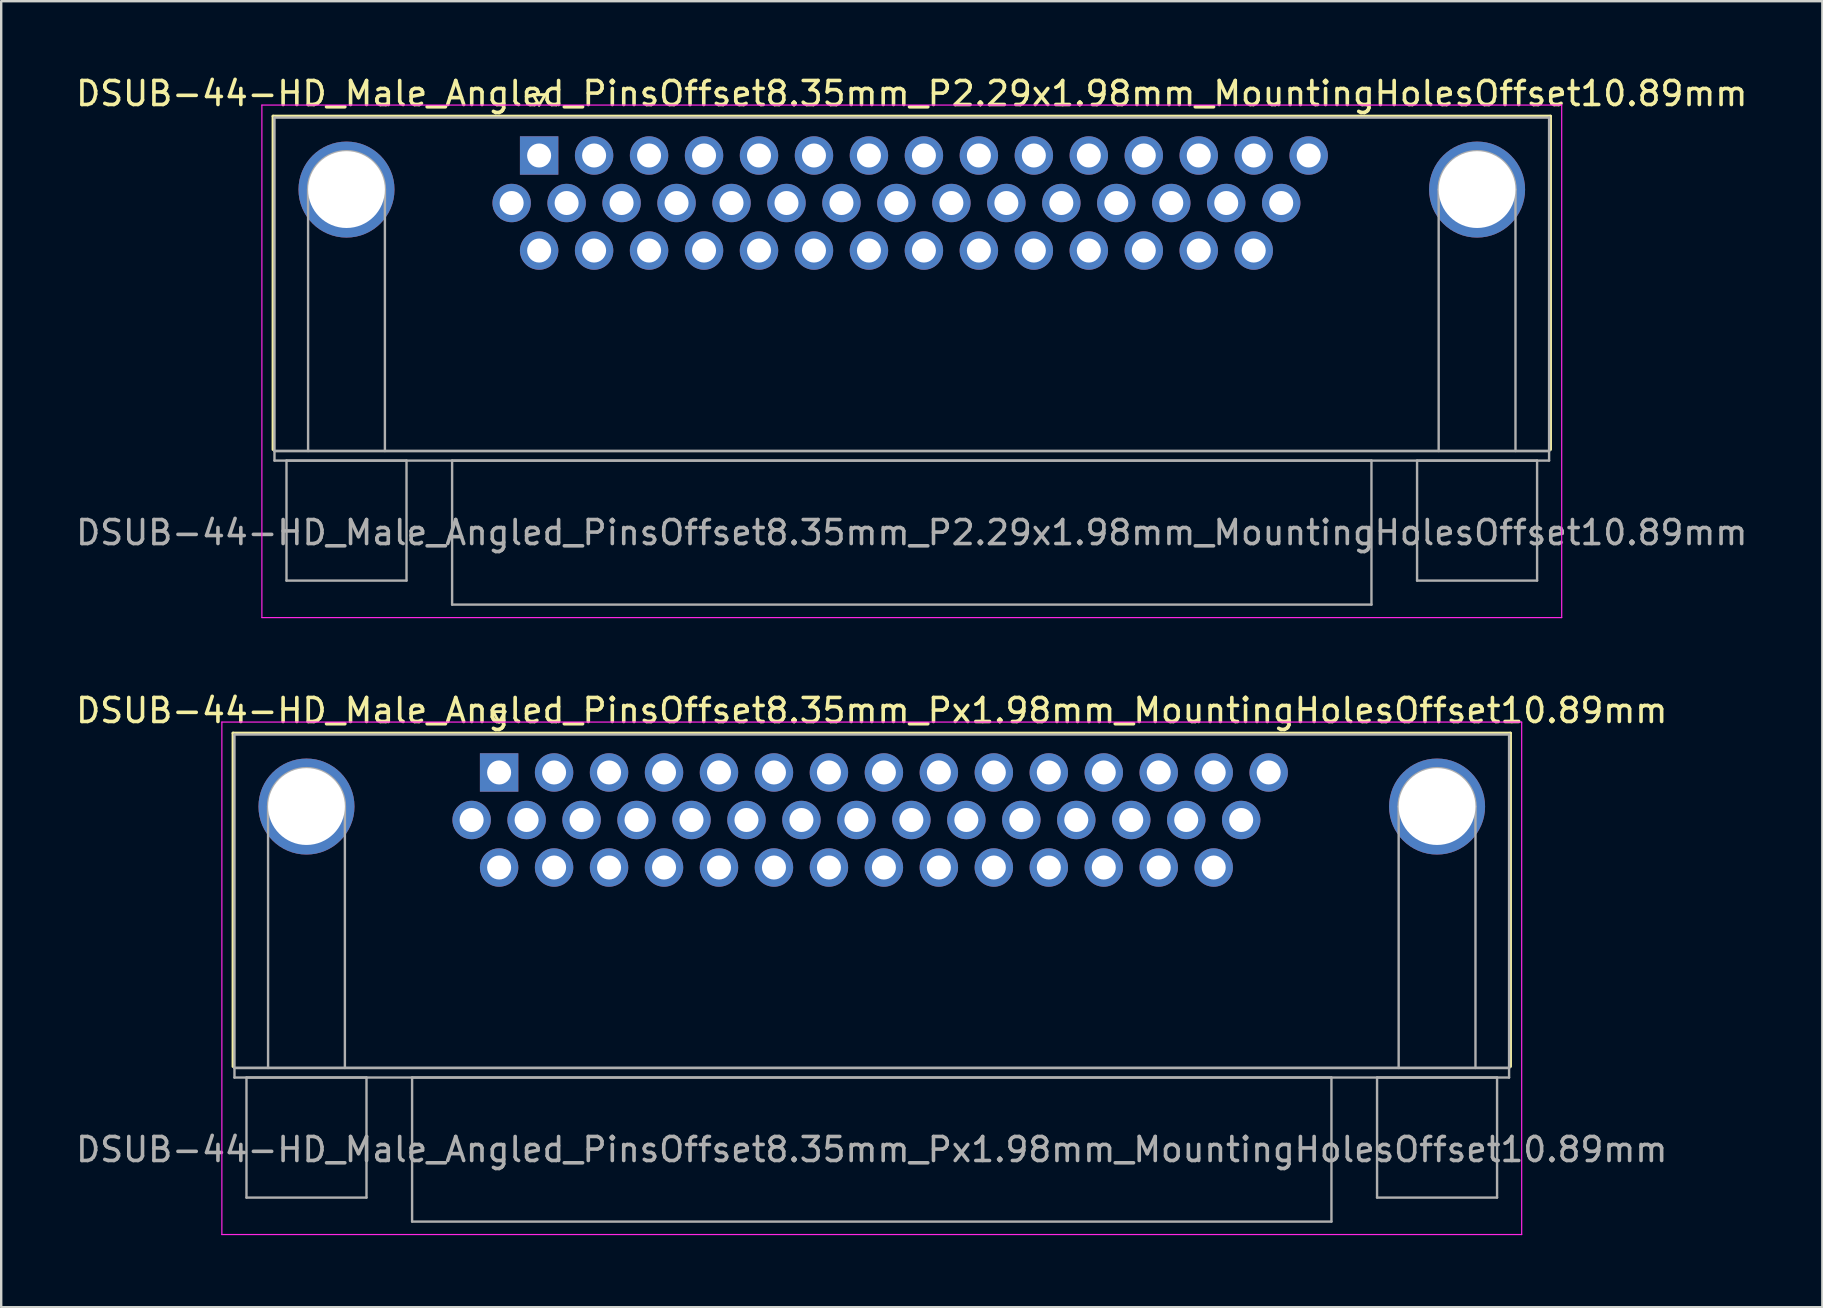
<source format=kicad_pcb>
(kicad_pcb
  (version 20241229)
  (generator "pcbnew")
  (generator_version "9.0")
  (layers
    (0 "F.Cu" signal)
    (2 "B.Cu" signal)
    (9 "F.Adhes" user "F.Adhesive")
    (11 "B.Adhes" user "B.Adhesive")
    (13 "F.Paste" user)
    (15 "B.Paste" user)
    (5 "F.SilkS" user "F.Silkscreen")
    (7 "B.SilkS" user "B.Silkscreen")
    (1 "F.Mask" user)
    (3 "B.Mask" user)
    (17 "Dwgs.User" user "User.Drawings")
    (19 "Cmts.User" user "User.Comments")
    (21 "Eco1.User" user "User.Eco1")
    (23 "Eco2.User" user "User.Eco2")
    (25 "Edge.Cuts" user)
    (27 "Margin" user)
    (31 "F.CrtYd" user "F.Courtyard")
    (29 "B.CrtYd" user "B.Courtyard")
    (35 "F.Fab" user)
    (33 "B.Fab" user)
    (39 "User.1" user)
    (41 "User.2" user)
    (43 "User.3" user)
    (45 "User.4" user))
  (footprint "DSUB-44-HD_Male_Angled_PinsOffset8.35mm_Px1.98mm_MountingHolesOffset10.89mm"
    (layer "F.Cu")
    (at 17.743 29.131)
    (property "Reference" "DSUB-44-HD_Male_Angled_PinsOffset8.35mm_Px1.98mm_MountingHolesOffset10.89mm" (at 15.525 -2.58 0) (layer "F.SilkS") (effects (font (size 1 1) (thickness 0.15))))
    (attr through_hole)
    (fp_line (start -11.085 -1.64) (end 42.135 -1.64) (stroke (width 0.12) (type solid)) (layer "F.SilkS"))
    (fp_line (start -11.085 12.25) (end -11.085 -1.64) (stroke (width 0.12) (type solid)) (layer "F.SilkS"))
    (fp_line (start -0.25 -2.534) (end 0.25 -2.534) (stroke (width 0.12) (type solid)) (layer "F.SilkS"))
    (fp_line (start 0 -2.101) (end -0.25 -2.534) (stroke (width 0.12) (type solid)) (layer "F.SilkS"))
    (fp_line (start 0.25 -2.534) (end 0 -2.101) (stroke (width 0.12) (type solid)) (layer "F.SilkS"))
    (fp_line (start 42.135 -1.64) (end 42.135 12.25) (stroke (width 0.12) (type solid)) (layer "F.SilkS"))
    (fp_line (start -11.55 -2.1) (end -11.55 19.25) (stroke (width 0.05) (type solid)) (layer "F.CrtYd"))
    (fp_line (start -11.55 19.25) (end 42.6 19.25) (stroke (width 0.05) (type solid)) (layer "F.CrtYd"))
    (fp_line (start 42.6 -2.1) (end -11.55 -2.1) (stroke (width 0.05) (type solid)) (layer "F.CrtYd"))
    (fp_line (start 42.6 19.25) (end 42.6 -2.1) (stroke (width 0.05) (type solid)) (layer "F.CrtYd"))
    (fp_line (start -11.025 -1.58) (end -11.025 12.31) (stroke (width 0.1) (type solid)) (layer "F.Fab"))
    (fp_line (start -11.025 12.31) (end -11.025 12.71) (stroke (width 0.1) (type solid)) (layer "F.Fab"))
    (fp_line (start -11.025 12.31) (end 42.075 12.31) (stroke (width 0.1) (type solid)) (layer "F.Fab"))
    (fp_line (start -11.025 12.71) (end 42.075 12.71) (stroke (width 0.1) (type solid)) (layer "F.Fab"))
    (fp_line (start -10.525 12.71) (end -10.525 17.71) (stroke (width 0.1) (type solid)) (layer "F.Fab"))
    (fp_line (start -10.525 17.71) (end -5.525 17.71) (stroke (width 0.1) (type solid)) (layer "F.Fab"))
    (fp_line (start -9.625 12.31) (end -9.625 1.42) (stroke (width 0.1) (type solid)) (layer "F.Fab"))
    (fp_line (start -6.425 12.31) (end -6.425 1.42) (stroke (width 0.1) (type solid)) (layer "F.Fab"))
    (fp_line (start -5.525 12.71) (end -10.525 12.71) (stroke (width 0.1) (type solid)) (layer "F.Fab"))
    (fp_line (start -5.525 17.71) (end -5.525 12.71) (stroke (width 0.1) (type solid)) (layer "F.Fab"))
    (fp_line (start -3.625 12.71) (end -3.625 18.71) (stroke (width 0.1) (type solid)) (layer "F.Fab"))
    (fp_line (start -3.625 18.71) (end 34.675 18.71) (stroke (width 0.1) (type solid)) (layer "F.Fab"))
    (fp_line (start 34.675 12.71) (end -3.625 12.71) (stroke (width 0.1) (type solid)) (layer "F.Fab"))
    (fp_line (start 34.675 18.71) (end 34.675 12.71) (stroke (width 0.1) (type solid)) (layer "F.Fab"))
    (fp_line (start 36.575 12.71) (end 36.575 17.71) (stroke (width 0.1) (type solid)) (layer "F.Fab"))
    (fp_line (start 36.575 17.71) (end 41.575 17.71) (stroke (width 0.1) (type solid)) (layer "F.Fab"))
    (fp_line (start 37.475 12.31) (end 37.475 1.42) (stroke (width 0.1) (type solid)) (layer "F.Fab"))
    (fp_line (start 40.675 12.31) (end 40.675 1.42) (stroke (width 0.1) (type solid)) (layer "F.Fab"))
    (fp_line (start 41.575 12.71) (end 36.575 12.71) (stroke (width 0.1) (type solid)) (layer "F.Fab"))
    (fp_line (start 41.575 17.71) (end 41.575 12.71) (stroke (width 0.1) (type solid)) (layer "F.Fab"))
    (fp_line (start 42.075 -1.58) (end -11.025 -1.58) (stroke (width 0.1) (type solid)) (layer "F.Fab"))
    (fp_line (start 42.075 12.31) (end -11.025 12.31) (stroke (width 0.1) (type solid)) (layer "F.Fab"))
    (fp_line (start 42.075 12.31) (end 42.075 -1.58) (stroke (width 0.1) (type solid)) (layer "F.Fab"))
    (fp_line (start 42.075 12.71) (end 42.075 12.31) (stroke (width 0.1) (type solid)) (layer "F.Fab"))
    (fp_arc (start -9.625 1.42) (mid -8.025 -0.18) (end -6.425 1.42) (stroke (width 0.1) (type solid)) (layer "F.Fab"))
    (fp_arc (start 37.475 1.42) (mid 39.075 -0.18) (end 40.675 1.42) (stroke (width 0.1) (type solid)) (layer "F.Fab"))
    (fp_text user "${REFERENCE}" (at 15.525 15.71 0) (layer "F.Fab") (effects (font (size 1 1) (thickness 0.15))))
    (pad "0" thru_hole circle (at -8.025 1.42) (size 4 4) (drill 3.2) (layers "*.Cu" "*.Mask"))
    (pad "0" thru_hole circle (at 39.075 1.42) (size 4 4) (drill 3.2) (layers "*.Cu" "*.Mask"))
    (pad "1" thru_hole rect (at 0 0) (size 1.6 1.6) (drill 1) (layers "*.Cu" "*.Mask"))
    (pad "2" thru_hole circle (at 2.29 0) (size 1.6 1.6) (drill 1) (layers "*.Cu" "*.Mask"))
    (pad "3" thru_hole circle (at 4.58 0) (size 1.6 1.6) (drill 1) (layers "*.Cu" "*.Mask"))
    (pad "4" thru_hole circle (at 6.87 0) (size 1.6 1.6) (drill 1) (layers "*.Cu" "*.Mask"))
    (pad "5" thru_hole circle (at 9.16 0) (size 1.6 1.6) (drill 1) (layers "*.Cu" "*.Mask"))
    (pad "6" thru_hole circle (at 11.45 0) (size 1.6 1.6) (drill 1) (layers "*.Cu" "*.Mask"))
    (pad "7" thru_hole circle (at 13.74 0) (size 1.6 1.6) (drill 1) (layers "*.Cu" "*.Mask"))
    (pad "8" thru_hole circle (at 16.03 0) (size 1.6 1.6) (drill 1) (layers "*.Cu" "*.Mask"))
    (pad "9" thru_hole circle (at 18.32 0) (size 1.6 1.6) (drill 1) (layers "*.Cu" "*.Mask"))
    (pad "10" thru_hole circle (at 20.61 0) (size 1.6 1.6) (drill 1) (layers "*.Cu" "*.Mask"))
    (pad "11" thru_hole circle (at 22.9 0) (size 1.6 1.6) (drill 1) (layers "*.Cu" "*.Mask"))
    (pad "12" thru_hole circle (at 25.19 0) (size 1.6 1.6) (drill 1) (layers "*.Cu" "*.Mask"))
    (pad "13" thru_hole circle (at 27.48 0) (size 1.6 1.6) (drill 1) (layers "*.Cu" "*.Mask"))
    (pad "14" thru_hole circle (at 29.77 0) (size 1.6 1.6) (drill 1) (layers "*.Cu" "*.Mask"))
    (pad "15" thru_hole circle (at 32.06 0) (size 1.6 1.6) (drill 1) (layers "*.Cu" "*.Mask"))
    (pad "16" thru_hole circle (at -1.145 1.98) (size 1.6 1.6) (drill 1) (layers "*.Cu" "*.Mask"))
    (pad "17" thru_hole circle (at 1.145 1.98) (size 1.6 1.6) (drill 1) (layers "*.Cu" "*.Mask"))
    (pad "18" thru_hole circle (at 3.435 1.98) (size 1.6 1.6) (drill 1) (layers "*.Cu" "*.Mask"))
    (pad "19" thru_hole circle (at 5.725 1.98) (size 1.6 1.6) (drill 1) (layers "*.Cu" "*.Mask"))
    (pad "20" thru_hole circle (at 8.015 1.98) (size 1.6 1.6) (drill 1) (layers "*.Cu" "*.Mask"))
    (pad "21" thru_hole circle (at 10.305 1.98) (size 1.6 1.6) (drill 1) (layers "*.Cu" "*.Mask"))
    (pad "22" thru_hole circle (at 12.595 1.98) (size 1.6 1.6) (drill 1) (layers "*.Cu" "*.Mask"))
    (pad "23" thru_hole circle (at 14.885 1.98) (size 1.6 1.6) (drill 1) (layers "*.Cu" "*.Mask"))
    (pad "24" thru_hole circle (at 17.175 1.98) (size 1.6 1.6) (drill 1) (layers "*.Cu" "*.Mask"))
    (pad "25" thru_hole circle (at 19.465 1.98) (size 1.6 1.6) (drill 1) (layers "*.Cu" "*.Mask"))
    (pad "26" thru_hole circle (at 21.755 1.98) (size 1.6 1.6) (drill 1) (layers "*.Cu" "*.Mask"))
    (pad "27" thru_hole circle (at 24.045 1.98) (size 1.6 1.6) (drill 1) (layers "*.Cu" "*.Mask"))
    (pad "28" thru_hole circle (at 26.335 1.98) (size 1.6 1.6) (drill 1) (layers "*.Cu" "*.Mask"))
    (pad "29" thru_hole circle (at 28.625 1.98) (size 1.6 1.6) (drill 1) (layers "*.Cu" "*.Mask"))
    (pad "30" thru_hole circle (at 30.915 1.98) (size 1.6 1.6) (drill 1) (layers "*.Cu" "*.Mask"))
    (pad "31" thru_hole circle (at 0 3.96) (size 1.6 1.6) (drill 1) (layers "*.Cu" "*.Mask"))
    (pad "32" thru_hole circle (at 2.29 3.96) (size 1.6 1.6) (drill 1) (layers "*.Cu" "*.Mask"))
    (pad "33" thru_hole circle (at 4.58 3.96) (size 1.6 1.6) (drill 1) (layers "*.Cu" "*.Mask"))
    (pad "34" thru_hole circle (at 6.87 3.96) (size 1.6 1.6) (drill 1) (layers "*.Cu" "*.Mask"))
    (pad "35" thru_hole circle (at 9.16 3.96) (size 1.6 1.6) (drill 1) (layers "*.Cu" "*.Mask"))
    (pad "36" thru_hole circle (at 11.45 3.96) (size 1.6 1.6) (drill 1) (layers "*.Cu" "*.Mask"))
    (pad "37" thru_hole circle (at 13.74 3.96) (size 1.6 1.6) (drill 1) (layers "*.Cu" "*.Mask"))
    (pad "38" thru_hole circle (at 16.03 3.96) (size 1.6 1.6) (drill 1) (layers "*.Cu" "*.Mask"))
    (pad "39" thru_hole circle (at 18.32 3.96) (size 1.6 1.6) (drill 1) (layers "*.Cu" "*.Mask"))
    (pad "40" thru_hole circle (at 20.61 3.96) (size 1.6 1.6) (drill 1) (layers "*.Cu" "*.Mask"))
    (pad "41" thru_hole circle (at 22.9 3.96) (size 1.6 1.6) (drill 1) (layers "*.Cu" "*.Mask"))
    (pad "42" thru_hole circle (at 25.19 3.96) (size 1.6 1.6) (drill 1) (layers "*.Cu" "*.Mask"))
    (pad "43" thru_hole circle (at 27.48 3.96) (size 1.6 1.6) (drill 1) (layers "*.Cu" "*.Mask"))
    (pad "44" thru_hole circle (at 29.77 3.96) (size 1.6 1.6) (drill 1) (layers "*.Cu" "*.Mask")))
  (footprint "DSUB-44-HD_Male_Angled_PinsOffset8.35mm_P2.29x1.98mm_MountingHolesOffset10.89mm"
    (layer "F.Cu")
    (at 19.41 3.428)
    (property "Reference" "DSUB-44-HD_Male_Angled_PinsOffset8.35mm_P2.29x1.98mm_MountingHolesOffset10.89mm" (at 15.525 -2.58 0) (layer "F.SilkS") (effects (font (size 1 1) (thickness 0.15))))
    (attr through_hole)
    (fp_line (start -11.085 -1.64) (end 42.135 -1.64) (stroke (width 0.12) (type solid)) (layer "F.SilkS"))
    (fp_line (start -11.085 12.25) (end -11.085 -1.64) (stroke (width 0.12) (type solid)) (layer "F.SilkS"))
    (fp_line (start -0.25 -2.534) (end 0.25 -2.534) (stroke (width 0.12) (type solid)) (layer "F.SilkS"))
    (fp_line (start 0 -2.101) (end -0.25 -2.534) (stroke (width 0.12) (type solid)) (layer "F.SilkS"))
    (fp_line (start 0.25 -2.534) (end 0 -2.101) (stroke (width 0.12) (type solid)) (layer "F.SilkS"))
    (fp_line (start 42.135 -1.64) (end 42.135 12.25) (stroke (width 0.12) (type solid)) (layer "F.SilkS"))
    (fp_line (start -11.55 -2.1) (end -11.55 19.25) (stroke (width 0.05) (type solid)) (layer "F.CrtYd"))
    (fp_line (start -11.55 19.25) (end 42.6 19.25) (stroke (width 0.05) (type solid)) (layer "F.CrtYd"))
    (fp_line (start 42.6 -2.1) (end -11.55 -2.1) (stroke (width 0.05) (type solid)) (layer "F.CrtYd"))
    (fp_line (start 42.6 19.25) (end 42.6 -2.1) (stroke (width 0.05) (type solid)) (layer "F.CrtYd"))
    (fp_line (start -11.025 -1.58) (end -11.025 12.31) (stroke (width 0.1) (type solid)) (layer "F.Fab"))
    (fp_line (start -11.025 12.31) (end -11.025 12.71) (stroke (width 0.1) (type solid)) (layer "F.Fab"))
    (fp_line (start -11.025 12.31) (end 42.075 12.31) (stroke (width 0.1) (type solid)) (layer "F.Fab"))
    (fp_line (start -11.025 12.71) (end 42.075 12.71) (stroke (width 0.1) (type solid)) (layer "F.Fab"))
    (fp_line (start -10.525 12.71) (end -10.525 17.71) (stroke (width 0.1) (type solid)) (layer "F.Fab"))
    (fp_line (start -10.525 17.71) (end -5.525 17.71) (stroke (width 0.1) (type solid)) (layer "F.Fab"))
    (fp_line (start -9.625 12.31) (end -9.625 1.42) (stroke (width 0.1) (type solid)) (layer "F.Fab"))
    (fp_line (start -6.425 12.31) (end -6.425 1.42) (stroke (width 0.1) (type solid)) (layer "F.Fab"))
    (fp_line (start -5.525 12.71) (end -10.525 12.71) (stroke (width 0.1) (type solid)) (layer "F.Fab"))
    (fp_line (start -5.525 17.71) (end -5.525 12.71) (stroke (width 0.1) (type solid)) (layer "F.Fab"))
    (fp_line (start -3.625 12.71) (end -3.625 18.71) (stroke (width 0.1) (type solid)) (layer "F.Fab"))
    (fp_line (start -3.625 18.71) (end 34.675 18.71) (stroke (width 0.1) (type solid)) (layer "F.Fab"))
    (fp_line (start 34.675 12.71) (end -3.625 12.71) (stroke (width 0.1) (type solid)) (layer "F.Fab"))
    (fp_line (start 34.675 18.71) (end 34.675 12.71) (stroke (width 0.1) (type solid)) (layer "F.Fab"))
    (fp_line (start 36.575 12.71) (end 36.575 17.71) (stroke (width 0.1) (type solid)) (layer "F.Fab"))
    (fp_line (start 36.575 17.71) (end 41.575 17.71) (stroke (width 0.1) (type solid)) (layer "F.Fab"))
    (fp_line (start 37.475 12.31) (end 37.475 1.42) (stroke (width 0.1) (type solid)) (layer "F.Fab"))
    (fp_line (start 40.675 12.31) (end 40.675 1.42) (stroke (width 0.1) (type solid)) (layer "F.Fab"))
    (fp_line (start 41.575 12.71) (end 36.575 12.71) (stroke (width 0.1) (type solid)) (layer "F.Fab"))
    (fp_line (start 41.575 17.71) (end 41.575 12.71) (stroke (width 0.1) (type solid)) (layer "F.Fab"))
    (fp_line (start 42.075 -1.58) (end -11.025 -1.58) (stroke (width 0.1) (type solid)) (layer "F.Fab"))
    (fp_line (start 42.075 12.31) (end -11.025 12.31) (stroke (width 0.1) (type solid)) (layer "F.Fab"))
    (fp_line (start 42.075 12.31) (end 42.075 -1.58) (stroke (width 0.1) (type solid)) (layer "F.Fab"))
    (fp_line (start 42.075 12.71) (end 42.075 12.31) (stroke (width 0.1) (type solid)) (layer "F.Fab"))
    (fp_arc (start -9.625 1.42) (mid -8.025 -0.18) (end -6.425 1.42) (stroke (width 0.1) (type solid)) (layer "F.Fab"))
    (fp_arc (start 37.475 1.42) (mid 39.075 -0.18) (end 40.675 1.42) (stroke (width 0.1) (type solid)) (layer "F.Fab"))
    (fp_text user "${REFERENCE}" (at 15.525 15.71 0) (layer "F.Fab") (effects (font (size 1 1) (thickness 0.15))))
    (pad "0" thru_hole circle (at -8.025 1.42) (size 4 4) (drill 3.2) (layers "*.Cu" "*.Mask"))
    (pad "0" thru_hole circle (at 39.075 1.42) (size 4 4) (drill 3.2) (layers "*.Cu" "*.Mask"))
    (pad "1" thru_hole rect (at 0 0) (size 1.6 1.6) (drill 1) (layers "*.Cu" "*.Mask"))
    (pad "2" thru_hole circle (at 2.29 0) (size 1.6 1.6) (drill 1) (layers "*.Cu" "*.Mask"))
    (pad "3" thru_hole circle (at 4.58 0) (size 1.6 1.6) (drill 1) (layers "*.Cu" "*.Mask"))
    (pad "4" thru_hole circle (at 6.87 0) (size 1.6 1.6) (drill 1) (layers "*.Cu" "*.Mask"))
    (pad "5" thru_hole circle (at 9.16 0) (size 1.6 1.6) (drill 1) (layers "*.Cu" "*.Mask"))
    (pad "6" thru_hole circle (at 11.45 0) (size 1.6 1.6) (drill 1) (layers "*.Cu" "*.Mask"))
    (pad "7" thru_hole circle (at 13.74 0) (size 1.6 1.6) (drill 1) (layers "*.Cu" "*.Mask"))
    (pad "8" thru_hole circle (at 16.03 0) (size 1.6 1.6) (drill 1) (layers "*.Cu" "*.Mask"))
    (pad "9" thru_hole circle (at 18.32 0) (size 1.6 1.6) (drill 1) (layers "*.Cu" "*.Mask"))
    (pad "10" thru_hole circle (at 20.61 0) (size 1.6 1.6) (drill 1) (layers "*.Cu" "*.Mask"))
    (pad "11" thru_hole circle (at 22.9 0) (size 1.6 1.6) (drill 1) (layers "*.Cu" "*.Mask"))
    (pad "12" thru_hole circle (at 25.19 0) (size 1.6 1.6) (drill 1) (layers "*.Cu" "*.Mask"))
    (pad "13" thru_hole circle (at 27.48 0) (size 1.6 1.6) (drill 1) (layers "*.Cu" "*.Mask"))
    (pad "14" thru_hole circle (at 29.77 0) (size 1.6 1.6) (drill 1) (layers "*.Cu" "*.Mask"))
    (pad "15" thru_hole circle (at 32.06 0) (size 1.6 1.6) (drill 1) (layers "*.Cu" "*.Mask"))
    (pad "16" thru_hole circle (at -1.145 1.98) (size 1.6 1.6) (drill 1) (layers "*.Cu" "*.Mask"))
    (pad "17" thru_hole circle (at 1.145 1.98) (size 1.6 1.6) (drill 1) (layers "*.Cu" "*.Mask"))
    (pad "18" thru_hole circle (at 3.435 1.98) (size 1.6 1.6) (drill 1) (layers "*.Cu" "*.Mask"))
    (pad "19" thru_hole circle (at 5.725 1.98) (size 1.6 1.6) (drill 1) (layers "*.Cu" "*.Mask"))
    (pad "20" thru_hole circle (at 8.015 1.98) (size 1.6 1.6) (drill 1) (layers "*.Cu" "*.Mask"))
    (pad "21" thru_hole circle (at 10.305 1.98) (size 1.6 1.6) (drill 1) (layers "*.Cu" "*.Mask"))
    (pad "22" thru_hole circle (at 12.595 1.98) (size 1.6 1.6) (drill 1) (layers "*.Cu" "*.Mask"))
    (pad "23" thru_hole circle (at 14.885 1.98) (size 1.6 1.6) (drill 1) (layers "*.Cu" "*.Mask"))
    (pad "24" thru_hole circle (at 17.175 1.98) (size 1.6 1.6) (drill 1) (layers "*.Cu" "*.Mask"))
    (pad "25" thru_hole circle (at 19.465 1.98) (size 1.6 1.6) (drill 1) (layers "*.Cu" "*.Mask"))
    (pad "26" thru_hole circle (at 21.755 1.98) (size 1.6 1.6) (drill 1) (layers "*.Cu" "*.Mask"))
    (pad "27" thru_hole circle (at 24.045 1.98) (size 1.6 1.6) (drill 1) (layers "*.Cu" "*.Mask"))
    (pad "28" thru_hole circle (at 26.335 1.98) (size 1.6 1.6) (drill 1) (layers "*.Cu" "*.Mask"))
    (pad "29" thru_hole circle (at 28.625 1.98) (size 1.6 1.6) (drill 1) (layers "*.Cu" "*.Mask"))
    (pad "30" thru_hole circle (at 30.915 1.98) (size 1.6 1.6) (drill 1) (layers "*.Cu" "*.Mask"))
    (pad "31" thru_hole circle (at 0 3.96) (size 1.6 1.6) (drill 1) (layers "*.Cu" "*.Mask"))
    (pad "32" thru_hole circle (at 2.29 3.96) (size 1.6 1.6) (drill 1) (layers "*.Cu" "*.Mask"))
    (pad "33" thru_hole circle (at 4.58 3.96) (size 1.6 1.6) (drill 1) (layers "*.Cu" "*.Mask"))
    (pad "34" thru_hole circle (at 6.87 3.96) (size 1.6 1.6) (drill 1) (layers "*.Cu" "*.Mask"))
    (pad "35" thru_hole circle (at 9.16 3.96) (size 1.6 1.6) (drill 1) (layers "*.Cu" "*.Mask"))
    (pad "36" thru_hole circle (at 11.45 3.96) (size 1.6 1.6) (drill 1) (layers "*.Cu" "*.Mask"))
    (pad "37" thru_hole circle (at 13.74 3.96) (size 1.6 1.6) (drill 1) (layers "*.Cu" "*.Mask"))
    (pad "38" thru_hole circle (at 16.03 3.96) (size 1.6 1.6) (drill 1) (layers "*.Cu" "*.Mask"))
    (pad "39" thru_hole circle (at 18.32 3.96) (size 1.6 1.6) (drill 1) (layers "*.Cu" "*.Mask"))
    (pad "40" thru_hole circle (at 20.61 3.96) (size 1.6 1.6) (drill 1) (layers "*.Cu" "*.Mask"))
    (pad "41" thru_hole circle (at 22.9 3.96) (size 1.6 1.6) (drill 1) (layers "*.Cu" "*.Mask"))
    (pad "42" thru_hole circle (at 25.19 3.96) (size 1.6 1.6) (drill 1) (layers "*.Cu" "*.Mask"))
    (pad "43" thru_hole circle (at 27.48 3.96) (size 1.6 1.6) (drill 1) (layers "*.Cu" "*.Mask"))
    (pad "44" thru_hole circle (at 29.77 3.96) (size 1.6 1.6) (drill 1) (layers "*.Cu" "*.Mask")))
  (gr_rect
    (start -3 -3)
    (end 72.869 51.407)
    (stroke (width 0.1) (type default))
    (fill no)
    (layer "Edge.Cuts")))
</source>
